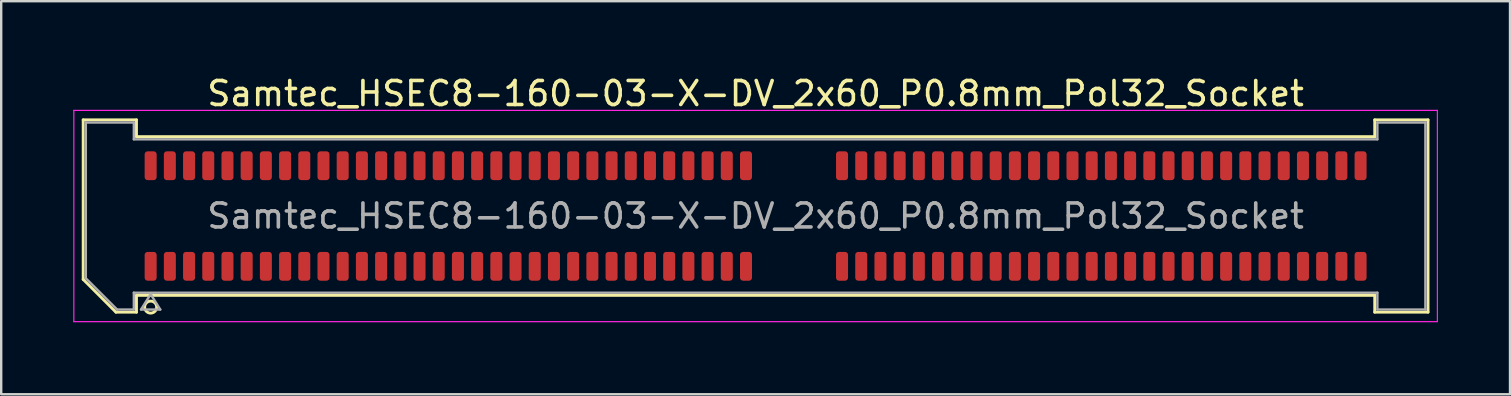
<source format=kicad_pcb>
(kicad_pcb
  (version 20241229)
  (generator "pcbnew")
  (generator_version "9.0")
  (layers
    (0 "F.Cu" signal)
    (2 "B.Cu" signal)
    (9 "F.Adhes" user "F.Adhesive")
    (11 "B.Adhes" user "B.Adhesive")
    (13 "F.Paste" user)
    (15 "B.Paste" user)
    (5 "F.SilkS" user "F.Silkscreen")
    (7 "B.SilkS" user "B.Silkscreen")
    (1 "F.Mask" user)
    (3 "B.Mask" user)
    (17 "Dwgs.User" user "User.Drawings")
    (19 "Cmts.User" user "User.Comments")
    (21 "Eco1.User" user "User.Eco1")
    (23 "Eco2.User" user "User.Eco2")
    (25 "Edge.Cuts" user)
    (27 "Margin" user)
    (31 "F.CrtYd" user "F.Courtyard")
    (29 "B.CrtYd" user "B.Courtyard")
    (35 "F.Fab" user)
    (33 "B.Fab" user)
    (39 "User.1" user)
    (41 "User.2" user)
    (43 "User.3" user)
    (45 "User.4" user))
  (footprint "Samtec_HSEC8-160-03-X-DV_2x60_P0.8mm_Pol32_Socket"
    (layer "F.Cu")
    (at 28.425 5.948)
    (property "Reference" "Samtec_HSEC8-160-03-X-DV_2x60_P0.8mm_Pol32_Socket" (at 0 -5.1 0) (layer "F.SilkS") (effects (font (size 1 1) (thickness 0.15))))
    (attr smd)
    (fp_line (start -28.01 -4.005) (end -25.79 -4.005) (stroke (width 0.12) (type solid)) (layer "F.SilkS"))
    (fp_line (start -28.01 2.641) (end -28.01 -4.005) (stroke (width 0.12) (type solid)) (layer "F.SilkS"))
    (fp_line (start -26.646 4.005) (end -28.01 2.641) (stroke (width 0.12) (type solid)) (layer "F.SilkS"))
    (fp_line (start -25.79 -4.005) (end -25.79 -3.305) (stroke (width 0.12) (type solid)) (layer "F.SilkS"))
    (fp_line (start -25.79 -3.305) (end 25.79 -3.305) (stroke (width 0.12) (type solid)) (layer "F.SilkS"))
    (fp_line (start -25.79 3.305) (end -25.79 4.005) (stroke (width 0.12) (type solid)) (layer "F.SilkS"))
    (fp_line (start -25.79 4.005) (end -26.646 4.005) (stroke (width 0.12) (type solid)) (layer "F.SilkS"))
    (fp_line (start 25.79 -4.005) (end 28.01 -4.005) (stroke (width 0.12) (type solid)) (layer "F.SilkS"))
    (fp_line (start 25.79 -3.305) (end 25.79 -4.005) (stroke (width 0.12) (type solid)) (layer "F.SilkS"))
    (fp_line (start 25.79 3.305) (end -25.79 3.305) (stroke (width 0.12) (type solid)) (layer "F.SilkS"))
    (fp_line (start 25.79 4.005) (end 25.79 3.305) (stroke (width 0.12) (type solid)) (layer "F.SilkS"))
    (fp_line (start 28.01 -4.005) (end 28.01 4.005) (stroke (width 0.12) (type solid)) (layer "F.SilkS"))
    (fp_line (start 28.01 4.005) (end 25.79 4.005) (stroke (width 0.12) (type solid)) (layer "F.SilkS"))
    (fp_arc (start -24.95 3.795) (mid -25.45 3.795) (end -24.95 3.795) (stroke (width 0.12) (type solid)) (layer "F.SilkS"))
    (fp_line (start -28.4 -4.4) (end -28.4 4.4) (stroke (width 0.05) (type solid)) (layer "F.CrtYd"))
    (fp_line (start -28.4 4.4) (end 28.4 4.4) (stroke (width 0.05) (type solid)) (layer "F.CrtYd"))
    (fp_line (start 28.4 -4.4) (end -28.4 -4.4) (stroke (width 0.05) (type solid)) (layer "F.CrtYd"))
    (fp_line (start 28.4 4.4) (end 28.4 -4.4) (stroke (width 0.05) (type solid)) (layer "F.CrtYd"))
    (fp_line (start -27.9 -3.895) (end -25.9 -3.895) (stroke (width 0.1) (type solid)) (layer "F.Fab"))
    (fp_line (start -27.9 2.595) (end -27.9 -3.895) (stroke (width 0.1) (type solid)) (layer "F.Fab"))
    (fp_line (start -26.6 3.895) (end -27.9 2.595) (stroke (width 0.1) (type solid)) (layer "F.Fab"))
    (fp_line (start -25.9 -3.895) (end -25.9 -3.195) (stroke (width 0.1) (type solid)) (layer "F.Fab"))
    (fp_line (start -25.9 -3.195) (end 25.9 -3.195) (stroke (width 0.1) (type solid)) (layer "F.Fab"))
    (fp_line (start -25.9 3.195) (end -25.9 3.895) (stroke (width 0.1) (type solid)) (layer "F.Fab"))
    (fp_line (start -25.9 3.895) (end -26.6 3.895) (stroke (width 0.1) (type solid)) (layer "F.Fab"))
    (fp_line (start -25.6 3.895) (end -25.2 3.255) (stroke (width 0.1) (type solid)) (layer "F.Fab"))
    (fp_line (start -25.2 3.255) (end -24.8 3.895) (stroke (width 0.1) (type solid)) (layer "F.Fab"))
    (fp_line (start -24.8 3.895) (end -25.6 3.895) (stroke (width 0.1) (type solid)) (layer "F.Fab"))
    (fp_line (start 25.9 -3.895) (end 27.9 -3.895) (stroke (width 0.1) (type solid)) (layer "F.Fab"))
    (fp_line (start 25.9 -3.195) (end 25.9 -3.895) (stroke (width 0.1) (type solid)) (layer "F.Fab"))
    (fp_line (start 25.9 3.195) (end -25.9 3.195) (stroke (width 0.1) (type solid)) (layer "F.Fab"))
    (fp_line (start 25.9 3.895) (end 25.9 3.195) (stroke (width 0.1) (type solid)) (layer "F.Fab"))
    (fp_line (start 27.9 -3.895) (end 27.9 3.895) (stroke (width 0.1) (type solid)) (layer "F.Fab"))
    (fp_line (start 27.9 3.895) (end 25.9 3.895) (stroke (width 0.1) (type solid)) (layer "F.Fab"))
    (fp_text user "${REFERENCE}" (at 0 0 0) (layer "F.Fab") (effects (font (size 1 1) (thickness 0.15))))
    (pad "1" smd roundrect (at -25.2 2.095) (size 0.5 1.2) (layers "F.Cu" "F.Mask" "F.Paste") (roundrect_rratio 0.25))
    (pad "2" smd roundrect (at -25.2 -2.095) (size 0.5 1.2) (layers "F.Cu" "F.Mask" "F.Paste") (roundrect_rratio 0.25))
    (pad "3" smd roundrect (at -24.4 2.095) (size 0.5 1.2) (layers "F.Cu" "F.Mask" "F.Paste") (roundrect_rratio 0.25))
    (pad "4" smd roundrect (at -24.4 -2.095) (size 0.5 1.2) (layers "F.Cu" "F.Mask" "F.Paste") (roundrect_rratio 0.25))
    (pad "5" smd roundrect (at -23.6 2.095) (size 0.5 1.2) (layers "F.Cu" "F.Mask" "F.Paste") (roundrect_rratio 0.25))
    (pad "6" smd roundrect (at -23.6 -2.095) (size 0.5 1.2) (layers "F.Cu" "F.Mask" "F.Paste") (roundrect_rratio 0.25))
    (pad "7" smd roundrect (at -22.8 2.095) (size 0.5 1.2) (layers "F.Cu" "F.Mask" "F.Paste") (roundrect_rratio 0.25))
    (pad "8" smd roundrect (at -22.8 -2.095) (size 0.5 1.2) (layers "F.Cu" "F.Mask" "F.Paste") (roundrect_rratio 0.25))
    (pad "9" smd roundrect (at -22 2.095) (size 0.5 1.2) (layers "F.Cu" "F.Mask" "F.Paste") (roundrect_rratio 0.25))
    (pad "10" smd roundrect (at -22 -2.095) (size 0.5 1.2) (layers "F.Cu" "F.Mask" "F.Paste") (roundrect_rratio 0.25))
    (pad "11" smd roundrect (at -21.2 2.095) (size 0.5 1.2) (layers "F.Cu" "F.Mask" "F.Paste") (roundrect_rratio 0.25))
    (pad "12" smd roundrect (at -21.2 -2.095) (size 0.5 1.2) (layers "F.Cu" "F.Mask" "F.Paste") (roundrect_rratio 0.25))
    (pad "13" smd roundrect (at -20.4 2.095) (size 0.5 1.2) (layers "F.Cu" "F.Mask" "F.Paste") (roundrect_rratio 0.25))
    (pad "14" smd roundrect (at -20.4 -2.095) (size 0.5 1.2) (layers "F.Cu" "F.Mask" "F.Paste") (roundrect_rratio 0.25))
    (pad "15" smd roundrect (at -19.6 2.095) (size 0.5 1.2) (layers "F.Cu" "F.Mask" "F.Paste") (roundrect_rratio 0.25))
    (pad "16" smd roundrect (at -19.6 -2.095) (size 0.5 1.2) (layers "F.Cu" "F.Mask" "F.Paste") (roundrect_rratio 0.25))
    (pad "17" smd roundrect (at -18.8 2.095) (size 0.5 1.2) (layers "F.Cu" "F.Mask" "F.Paste") (roundrect_rratio 0.25))
    (pad "18" smd roundrect (at -18.8 -2.095) (size 0.5 1.2) (layers "F.Cu" "F.Mask" "F.Paste") (roundrect_rratio 0.25))
    (pad "19" smd roundrect (at -18 2.095) (size 0.5 1.2) (layers "F.Cu" "F.Mask" "F.Paste") (roundrect_rratio 0.25))
    (pad "20" smd roundrect (at -18 -2.095) (size 0.5 1.2) (layers "F.Cu" "F.Mask" "F.Paste") (roundrect_rratio 0.25))
    (pad "21" smd roundrect (at -17.2 2.095) (size 0.5 1.2) (layers "F.Cu" "F.Mask" "F.Paste") (roundrect_rratio 0.25))
    (pad "22" smd roundrect (at -17.2 -2.095) (size 0.5 1.2) (layers "F.Cu" "F.Mask" "F.Paste") (roundrect_rratio 0.25))
    (pad "23" smd roundrect (at -16.4 2.095) (size 0.5 1.2) (layers "F.Cu" "F.Mask" "F.Paste") (roundrect_rratio 0.25))
    (pad "24" smd roundrect (at -16.4 -2.095) (size 0.5 1.2) (layers "F.Cu" "F.Mask" "F.Paste") (roundrect_rratio 0.25))
    (pad "25" smd roundrect (at -15.6 2.095) (size 0.5 1.2) (layers "F.Cu" "F.Mask" "F.Paste") (roundrect_rratio 0.25))
    (pad "26" smd roundrect (at -15.6 -2.095) (size 0.5 1.2) (layers "F.Cu" "F.Mask" "F.Paste") (roundrect_rratio 0.25))
    (pad "27" smd roundrect (at -14.8 2.095) (size 0.5 1.2) (layers "F.Cu" "F.Mask" "F.Paste") (roundrect_rratio 0.25))
    (pad "28" smd roundrect (at -14.8 -2.095) (size 0.5 1.2) (layers "F.Cu" "F.Mask" "F.Paste") (roundrect_rratio 0.25))
    (pad "29" smd roundrect (at -14 2.095) (size 0.5 1.2) (layers "F.Cu" "F.Mask" "F.Paste") (roundrect_rratio 0.25))
    (pad "30" smd roundrect (at -14 -2.095) (size 0.5 1.2) (layers "F.Cu" "F.Mask" "F.Paste") (roundrect_rratio 0.25))
    (pad "31" smd roundrect (at -13.2 2.095) (size 0.5 1.2) (layers "F.Cu" "F.Mask" "F.Paste") (roundrect_rratio 0.25))
    (pad "32" smd roundrect (at -13.2 -2.095) (size 0.5 1.2) (layers "F.Cu" "F.Mask" "F.Paste") (roundrect_rratio 0.25))
    (pad "33" smd roundrect (at -12.4 2.095) (size 0.5 1.2) (layers "F.Cu" "F.Mask" "F.Paste") (roundrect_rratio 0.25))
    (pad "34" smd roundrect (at -12.4 -2.095) (size 0.5 1.2) (layers "F.Cu" "F.Mask" "F.Paste") (roundrect_rratio 0.25))
    (pad "35" smd roundrect (at -11.6 2.095) (size 0.5 1.2) (layers "F.Cu" "F.Mask" "F.Paste") (roundrect_rratio 0.25))
    (pad "36" smd roundrect (at -11.6 -2.095) (size 0.5 1.2) (layers "F.Cu" "F.Mask" "F.Paste") (roundrect_rratio 0.25))
    (pad "37" smd roundrect (at -10.8 2.095) (size 0.5 1.2) (layers "F.Cu" "F.Mask" "F.Paste") (roundrect_rratio 0.25))
    (pad "38" smd roundrect (at -10.8 -2.095) (size 0.5 1.2) (layers "F.Cu" "F.Mask" "F.Paste") (roundrect_rratio 0.25))
    (pad "39" smd roundrect (at -10 2.095) (size 0.5 1.2) (layers "F.Cu" "F.Mask" "F.Paste") (roundrect_rratio 0.25))
    (pad "40" smd roundrect (at -10 -2.095) (size 0.5 1.2) (layers "F.Cu" "F.Mask" "F.Paste") (roundrect_rratio 0.25))
    (pad "41" smd roundrect (at -9.2 2.095) (size 0.5 1.2) (layers "F.Cu" "F.Mask" "F.Paste") (roundrect_rratio 0.25))
    (pad "42" smd roundrect (at -9.2 -2.095) (size 0.5 1.2) (layers "F.Cu" "F.Mask" "F.Paste") (roundrect_rratio 0.25))
    (pad "43" smd roundrect (at -8.4 2.095) (size 0.5 1.2) (layers "F.Cu" "F.Mask" "F.Paste") (roundrect_rratio 0.25))
    (pad "44" smd roundrect (at -8.4 -2.095) (size 0.5 1.2) (layers "F.Cu" "F.Mask" "F.Paste") (roundrect_rratio 0.25))
    (pad "45" smd roundrect (at -7.6 2.095) (size 0.5 1.2) (layers "F.Cu" "F.Mask" "F.Paste") (roundrect_rratio 0.25))
    (pad "46" smd roundrect (at -7.6 -2.095) (size 0.5 1.2) (layers "F.Cu" "F.Mask" "F.Paste") (roundrect_rratio 0.25))
    (pad "47" smd roundrect (at -6.8 2.095) (size 0.5 1.2) (layers "F.Cu" "F.Mask" "F.Paste") (roundrect_rratio 0.25))
    (pad "48" smd roundrect (at -6.8 -2.095) (size 0.5 1.2) (layers "F.Cu" "F.Mask" "F.Paste") (roundrect_rratio 0.25))
    (pad "49" smd roundrect (at -6 2.095) (size 0.5 1.2) (layers "F.Cu" "F.Mask" "F.Paste") (roundrect_rratio 0.25))
    (pad "50" smd roundrect (at -6 -2.095) (size 0.5 1.2) (layers "F.Cu" "F.Mask" "F.Paste") (roundrect_rratio 0.25))
    (pad "51" smd roundrect (at -5.2 2.095) (size 0.5 1.2) (layers "F.Cu" "F.Mask" "F.Paste") (roundrect_rratio 0.25))
    (pad "52" smd roundrect (at -5.2 -2.095) (size 0.5 1.2) (layers "F.Cu" "F.Mask" "F.Paste") (roundrect_rratio 0.25))
    (pad "53" smd roundrect (at -4.4 2.095) (size 0.5 1.2) (layers "F.Cu" "F.Mask" "F.Paste") (roundrect_rratio 0.25))
    (pad "54" smd roundrect (at -4.4 -2.095) (size 0.5 1.2) (layers "F.Cu" "F.Mask" "F.Paste") (roundrect_rratio 0.25))
    (pad "55" smd roundrect (at -3.6 2.095) (size 0.5 1.2) (layers "F.Cu" "F.Mask" "F.Paste") (roundrect_rratio 0.25))
    (pad "56" smd roundrect (at -3.6 -2.095) (size 0.5 1.2) (layers "F.Cu" "F.Mask" "F.Paste") (roundrect_rratio 0.25))
    (pad "57" smd roundrect (at -2.8 2.095) (size 0.5 1.2) (layers "F.Cu" "F.Mask" "F.Paste") (roundrect_rratio 0.25))
    (pad "58" smd roundrect (at -2.8 -2.095) (size 0.5 1.2) (layers "F.Cu" "F.Mask" "F.Paste") (roundrect_rratio 0.25))
    (pad "59" smd roundrect (at -2 2.095) (size 0.5 1.2) (layers "F.Cu" "F.Mask" "F.Paste") (roundrect_rratio 0.25))
    (pad "60" smd roundrect (at -2 -2.095) (size 0.5 1.2) (layers "F.Cu" "F.Mask" "F.Paste") (roundrect_rratio 0.25))
    (pad "61" smd roundrect (at -1.2 2.095) (size 0.5 1.2) (layers "F.Cu" "F.Mask" "F.Paste") (roundrect_rratio 0.25))
    (pad "62" smd roundrect (at -1.2 -2.095) (size 0.5 1.2) (layers "F.Cu" "F.Mask" "F.Paste") (roundrect_rratio 0.25))
    (pad "63" smd roundrect (at -0.4 2.095) (size 0.5 1.2) (layers "F.Cu" "F.Mask" "F.Paste") (roundrect_rratio 0.25))
    (pad "64" smd roundrect (at -0.4 -2.095) (size 0.5 1.2) (layers "F.Cu" "F.Mask" "F.Paste") (roundrect_rratio 0.25))
    (pad "65" smd roundrect (at 3.6 2.095) (size 0.5 1.2) (layers "F.Cu" "F.Mask" "F.Paste") (roundrect_rratio 0.25))
    (pad "66" smd roundrect (at 3.6 -2.095) (size 0.5 1.2) (layers "F.Cu" "F.Mask" "F.Paste") (roundrect_rratio 0.25))
    (pad "67" smd roundrect (at 4.4 2.095) (size 0.5 1.2) (layers "F.Cu" "F.Mask" "F.Paste") (roundrect_rratio 0.25))
    (pad "68" smd roundrect (at 4.4 -2.095) (size 0.5 1.2) (layers "F.Cu" "F.Mask" "F.Paste") (roundrect_rratio 0.25))
    (pad "69" smd roundrect (at 5.2 2.095) (size 0.5 1.2) (layers "F.Cu" "F.Mask" "F.Paste") (roundrect_rratio 0.25))
    (pad "70" smd roundrect (at 5.2 -2.095) (size 0.5 1.2) (layers "F.Cu" "F.Mask" "F.Paste") (roundrect_rratio 0.25))
    (pad "71" smd roundrect (at 6 2.095) (size 0.5 1.2) (layers "F.Cu" "F.Mask" "F.Paste") (roundrect_rratio 0.25))
    (pad "72" smd roundrect (at 6 -2.095) (size 0.5 1.2) (layers "F.Cu" "F.Mask" "F.Paste") (roundrect_rratio 0.25))
    (pad "73" smd roundrect (at 6.8 2.095) (size 0.5 1.2) (layers "F.Cu" "F.Mask" "F.Paste") (roundrect_rratio 0.25))
    (pad "74" smd roundrect (at 6.8 -2.095) (size 0.5 1.2) (layers "F.Cu" "F.Mask" "F.Paste") (roundrect_rratio 0.25))
    (pad "75" smd roundrect (at 7.6 2.095) (size 0.5 1.2) (layers "F.Cu" "F.Mask" "F.Paste") (roundrect_rratio 0.25))
    (pad "76" smd roundrect (at 7.6 -2.095) (size 0.5 1.2) (layers "F.Cu" "F.Mask" "F.Paste") (roundrect_rratio 0.25))
    (pad "77" smd roundrect (at 8.4 2.095) (size 0.5 1.2) (layers "F.Cu" "F.Mask" "F.Paste") (roundrect_rratio 0.25))
    (pad "78" smd roundrect (at 8.4 -2.095) (size 0.5 1.2) (layers "F.Cu" "F.Mask" "F.Paste") (roundrect_rratio 0.25))
    (pad "79" smd roundrect (at 9.2 2.095) (size 0.5 1.2) (layers "F.Cu" "F.Mask" "F.Paste") (roundrect_rratio 0.25))
    (pad "80" smd roundrect (at 9.2 -2.095) (size 0.5 1.2) (layers "F.Cu" "F.Mask" "F.Paste") (roundrect_rratio 0.25))
    (pad "81" smd roundrect (at 10 2.095) (size 0.5 1.2) (layers "F.Cu" "F.Mask" "F.Paste") (roundrect_rratio 0.25))
    (pad "82" smd roundrect (at 10 -2.095) (size 0.5 1.2) (layers "F.Cu" "F.Mask" "F.Paste") (roundrect_rratio 0.25))
    (pad "83" smd roundrect (at 10.8 2.095) (size 0.5 1.2) (layers "F.Cu" "F.Mask" "F.Paste") (roundrect_rratio 0.25))
    (pad "84" smd roundrect (at 10.8 -2.095) (size 0.5 1.2) (layers "F.Cu" "F.Mask" "F.Paste") (roundrect_rratio 0.25))
    (pad "85" smd roundrect (at 11.6 2.095) (size 0.5 1.2) (layers "F.Cu" "F.Mask" "F.Paste") (roundrect_rratio 0.25))
    (pad "86" smd roundrect (at 11.6 -2.095) (size 0.5 1.2) (layers "F.Cu" "F.Mask" "F.Paste") (roundrect_rratio 0.25))
    (pad "87" smd roundrect (at 12.4 2.095) (size 0.5 1.2) (layers "F.Cu" "F.Mask" "F.Paste") (roundrect_rratio 0.25))
    (pad "88" smd roundrect (at 12.4 -2.095) (size 0.5 1.2) (layers "F.Cu" "F.Mask" "F.Paste") (roundrect_rratio 0.25))
    (pad "89" smd roundrect (at 13.2 2.095) (size 0.5 1.2) (layers "F.Cu" "F.Mask" "F.Paste") (roundrect_rratio 0.25))
    (pad "90" smd roundrect (at 13.2 -2.095) (size 0.5 1.2) (layers "F.Cu" "F.Mask" "F.Paste") (roundrect_rratio 0.25))
    (pad "91" smd roundrect (at 14 2.095) (size 0.5 1.2) (layers "F.Cu" "F.Mask" "F.Paste") (roundrect_rratio 0.25))
    (pad "92" smd roundrect (at 14 -2.095) (size 0.5 1.2) (layers "F.Cu" "F.Mask" "F.Paste") (roundrect_rratio 0.25))
    (pad "93" smd roundrect (at 14.8 2.095) (size 0.5 1.2) (layers "F.Cu" "F.Mask" "F.Paste") (roundrect_rratio 0.25))
    (pad "94" smd roundrect (at 14.8 -2.095) (size 0.5 1.2) (layers "F.Cu" "F.Mask" "F.Paste") (roundrect_rratio 0.25))
    (pad "95" smd roundrect (at 15.6 2.095) (size 0.5 1.2) (layers "F.Cu" "F.Mask" "F.Paste") (roundrect_rratio 0.25))
    (pad "96" smd roundrect (at 15.6 -2.095) (size 0.5 1.2) (layers "F.Cu" "F.Mask" "F.Paste") (roundrect_rratio 0.25))
    (pad "97" smd roundrect (at 16.4 2.095) (size 0.5 1.2) (layers "F.Cu" "F.Mask" "F.Paste") (roundrect_rratio 0.25))
    (pad "98" smd roundrect (at 16.4 -2.095) (size 0.5 1.2) (layers "F.Cu" "F.Mask" "F.Paste") (roundrect_rratio 0.25))
    (pad "99" smd roundrect (at 17.2 2.095) (size 0.5 1.2) (layers "F.Cu" "F.Mask" "F.Paste") (roundrect_rratio 0.25))
    (pad "100" smd roundrect (at 17.2 -2.095) (size 0.5 1.2) (layers "F.Cu" "F.Mask" "F.Paste") (roundrect_rratio 0.25))
    (pad "101" smd roundrect (at 18 2.095) (size 0.5 1.2) (layers "F.Cu" "F.Mask" "F.Paste") (roundrect_rratio 0.25))
    (pad "102" smd roundrect (at 18 -2.095) (size 0.5 1.2) (layers "F.Cu" "F.Mask" "F.Paste") (roundrect_rratio 0.25))
    (pad "103" smd roundrect (at 18.8 2.095) (size 0.5 1.2) (layers "F.Cu" "F.Mask" "F.Paste") (roundrect_rratio 0.25))
    (pad "104" smd roundrect (at 18.8 -2.095) (size 0.5 1.2) (layers "F.Cu" "F.Mask" "F.Paste") (roundrect_rratio 0.25))
    (pad "105" smd roundrect (at 19.6 2.095) (size 0.5 1.2) (layers "F.Cu" "F.Mask" "F.Paste") (roundrect_rratio 0.25))
    (pad "106" smd roundrect (at 19.6 -2.095) (size 0.5 1.2) (layers "F.Cu" "F.Mask" "F.Paste") (roundrect_rratio 0.25))
    (pad "107" smd roundrect (at 20.4 2.095) (size 0.5 1.2) (layers "F.Cu" "F.Mask" "F.Paste") (roundrect_rratio 0.25))
    (pad "108" smd roundrect (at 20.4 -2.095) (size 0.5 1.2) (layers "F.Cu" "F.Mask" "F.Paste") (roundrect_rratio 0.25))
    (pad "109" smd roundrect (at 21.2 2.095) (size 0.5 1.2) (layers "F.Cu" "F.Mask" "F.Paste") (roundrect_rratio 0.25))
    (pad "110" smd roundrect (at 21.2 -2.095) (size 0.5 1.2) (layers "F.Cu" "F.Mask" "F.Paste") (roundrect_rratio 0.25))
    (pad "111" smd roundrect (at 22 2.095) (size 0.5 1.2) (layers "F.Cu" "F.Mask" "F.Paste") (roundrect_rratio 0.25))
    (pad "112" smd roundrect (at 22 -2.095) (size 0.5 1.2) (layers "F.Cu" "F.Mask" "F.Paste") (roundrect_rratio 0.25))
    (pad "113" smd roundrect (at 22.8 2.095) (size 0.5 1.2) (layers "F.Cu" "F.Mask" "F.Paste") (roundrect_rratio 0.25))
    (pad "114" smd roundrect (at 22.8 -2.095) (size 0.5 1.2) (layers "F.Cu" "F.Mask" "F.Paste") (roundrect_rratio 0.25))
    (pad "115" smd roundrect (at 23.6 2.095) (size 0.5 1.2) (layers "F.Cu" "F.Mask" "F.Paste") (roundrect_rratio 0.25))
    (pad "116" smd roundrect (at 23.6 -2.095) (size 0.5 1.2) (layers "F.Cu" "F.Mask" "F.Paste") (roundrect_rratio 0.25))
    (pad "117" smd roundrect (at 24.4 2.095) (size 0.5 1.2) (layers "F.Cu" "F.Mask" "F.Paste") (roundrect_rratio 0.25))
    (pad "118" smd roundrect (at 24.4 -2.095) (size 0.5 1.2) (layers "F.Cu" "F.Mask" "F.Paste") (roundrect_rratio 0.25))
    (pad "119" smd roundrect (at 25.2 2.095) (size 0.5 1.2) (layers "F.Cu" "F.Mask" "F.Paste") (roundrect_rratio 0.25))
    (pad "120" smd roundrect (at 25.2 -2.095) (size 0.5 1.2) (layers "F.Cu" "F.Mask" "F.Paste") (roundrect_rratio 0.25)))
  (gr_rect
    (start -3 -3)
    (end 59.85 13.373)
    (stroke (width 0.1) (type default))
    (fill no)
    (layer "Edge.Cuts")))
</source>
